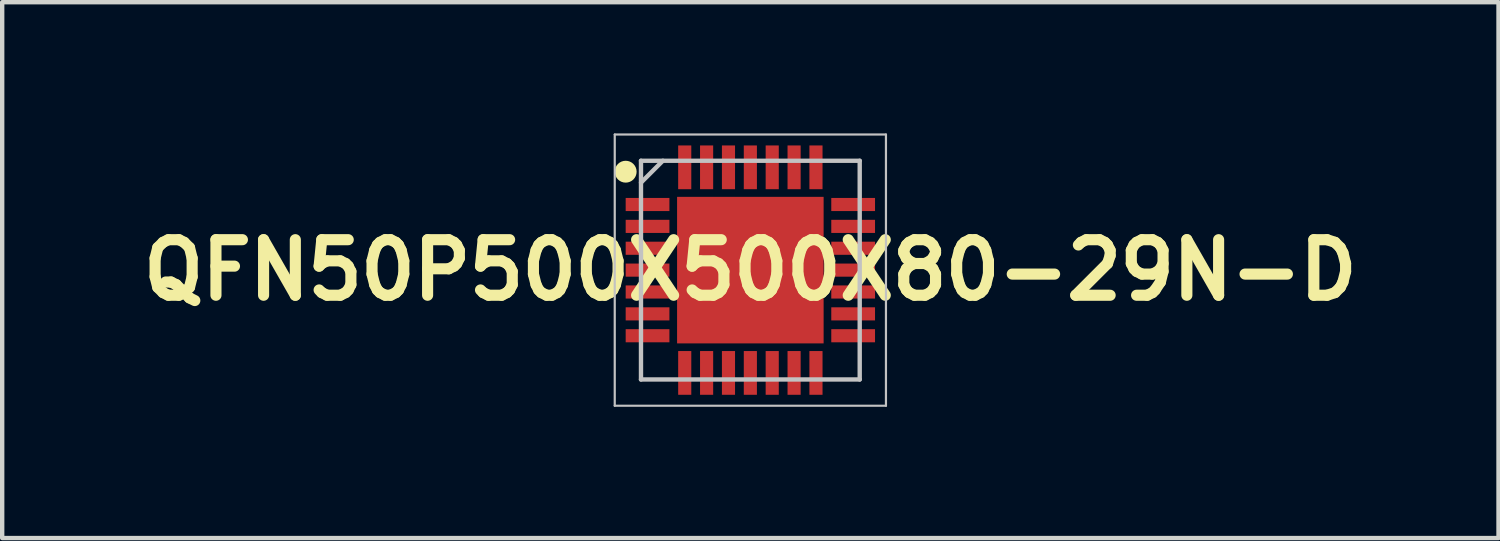
<source format=kicad_pcb>
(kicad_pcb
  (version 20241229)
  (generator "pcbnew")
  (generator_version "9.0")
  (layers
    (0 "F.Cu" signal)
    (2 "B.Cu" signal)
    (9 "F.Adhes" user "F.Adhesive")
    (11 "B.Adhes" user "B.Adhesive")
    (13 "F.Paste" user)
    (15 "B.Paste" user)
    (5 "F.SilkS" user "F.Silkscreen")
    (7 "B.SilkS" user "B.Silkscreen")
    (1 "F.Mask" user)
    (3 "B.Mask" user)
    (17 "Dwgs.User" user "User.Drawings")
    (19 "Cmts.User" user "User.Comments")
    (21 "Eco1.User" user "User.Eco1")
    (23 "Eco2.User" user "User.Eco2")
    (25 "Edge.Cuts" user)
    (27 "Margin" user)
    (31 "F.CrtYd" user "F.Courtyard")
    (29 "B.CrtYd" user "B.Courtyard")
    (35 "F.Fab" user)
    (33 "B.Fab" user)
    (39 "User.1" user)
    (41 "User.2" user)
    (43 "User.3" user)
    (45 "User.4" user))
  (footprint "QFN50P500X500X80-29N-D"
    (layer "F.Cu")
    (at 14.103 3.125)
    (property "Reference" "QFN50P500X500X80-29N-D" (at 0 0 0) (layer "F.SilkS") (effects (font (size 1.27 1.27) (thickness 0.254))))
    (attr smd)
    (fp_circle (center -2.85 -2.25) (end -2.85 -2.125) (stroke (width 0.25) (type solid)) (fill no) (layer "F.SilkS"))
    (fp_line (start -3.1 -3.1) (end 3.1 -3.1) (stroke (width 0.05) (type solid)) (layer "Dwgs.User"))
    (fp_line (start -3.1 3.1) (end -3.1 -3.1) (stroke (width 0.05) (type solid)) (layer "Dwgs.User"))
    (fp_line (start -2.5 -2.5) (end 2.5 -2.5) (stroke (width 0.1) (type solid)) (layer "Dwgs.User"))
    (fp_line (start -2.5 -2) (end -2 -2.5) (stroke (width 0.1) (type solid)) (layer "Dwgs.User"))
    (fp_line (start -2.5 2.5) (end -2.5 -2.5) (stroke (width 0.1) (type solid)) (layer "Dwgs.User"))
    (fp_line (start 2.5 -2.5) (end 2.5 2.5) (stroke (width 0.1) (type solid)) (layer "Dwgs.User"))
    (fp_line (start 2.5 2.5) (end -2.5 2.5) (stroke (width 0.1) (type solid)) (layer "Dwgs.User"))
    (fp_line (start 3.1 -3.1) (end 3.1 3.1) (stroke (width 0.05) (type solid)) (layer "Dwgs.User"))
    (fp_line (start 3.1 3.1) (end -3.1 3.1) (stroke (width 0.05) (type solid)) (layer "Dwgs.User"))
    (pad "1" smd rect (at -2.35 -1.5 90) (size 0.3 1) (layers "F.Cu" "F.Paste"))
    (pad "2" smd rect (at -2.35 -1 90) (size 0.3 1) (layers "F.Cu" "F.Paste"))
    (pad "3" smd rect (at -2.35 -0.5 90) (size 0.3 1) (layers "F.Cu" "F.Paste"))
    (pad "4" smd rect (at -2.35 0 90) (size 0.3 1) (layers "F.Cu" "F.Paste"))
    (pad "5" smd rect (at -2.35 0.5 90) (size 0.3 1) (layers "F.Cu" "F.Paste"))
    (pad "6" smd rect (at -2.35 1 90) (size 0.3 1) (layers "F.Cu" "F.Paste"))
    (pad "7" smd rect (at -2.35 1.5 90) (size 0.3 1) (layers "F.Cu" "F.Paste"))
    (pad "8" smd rect (at -1.5 2.35) (size 0.3 1) (layers "F.Cu" "F.Paste"))
    (pad "9" smd rect (at -1 2.35) (size 0.3 1) (layers "F.Cu" "F.Paste"))
    (pad "10" smd rect (at -0.5 2.35) (size 0.3 1) (layers "F.Cu" "F.Paste"))
    (pad "11" smd rect (at 0 2.35) (size 0.3 1) (layers "F.Cu" "F.Paste"))
    (pad "12" smd rect (at 0.5 2.35) (size 0.3 1) (layers "F.Cu" "F.Paste"))
    (pad "13" smd rect (at 1 2.35) (size 0.3 1) (layers "F.Cu" "F.Paste"))
    (pad "14" smd rect (at 1.5 2.35) (size 0.3 1) (layers "F.Cu" "F.Paste"))
    (pad "15" smd rect (at 2.35 1.5 90) (size 0.3 1) (layers "F.Cu" "F.Paste"))
    (pad "16" smd rect (at 2.35 1 90) (size 0.3 1) (layers "F.Cu" "F.Paste"))
    (pad "17" smd rect (at 2.35 0.5 90) (size 0.3 1) (layers "F.Cu" "F.Paste"))
    (pad "18" smd rect (at 2.35 0 90) (size 0.3 1) (layers "F.Cu" "F.Paste"))
    (pad "19" smd rect (at 2.35 -0.5 90) (size 0.3 1) (layers "F.Cu" "F.Paste"))
    (pad "20" smd rect (at 2.35 -1 90) (size 0.3 1) (layers "F.Cu" "F.Paste"))
    (pad "21" smd rect (at 2.35 -1.5 90) (size 0.3 1) (layers "F.Cu" "F.Paste"))
    (pad "22" smd rect (at 1.5 -2.35) (size 0.3 1) (layers "F.Cu" "F.Paste"))
    (pad "23" smd rect (at 1 -2.35) (size 0.3 1) (layers "F.Cu" "F.Paste"))
    (pad "24" smd rect (at 0.5 -2.35) (size 0.3 1) (layers "F.Cu" "F.Paste"))
    (pad "25" smd rect (at 0 -2.35) (size 0.3 1) (layers "F.Cu" "F.Paste"))
    (pad "26" smd rect (at -0.5 -2.35) (size 0.3 1) (layers "F.Cu" "F.Paste"))
    (pad "27" smd rect (at -1 -2.35) (size 0.3 1) (layers "F.Cu" "F.Paste"))
    (pad "28" smd rect (at -1.5 -2.35) (size 0.3 1) (layers "F.Cu" "F.Paste"))
    (pad "29" smd rect (at 0 0) (size 3.35 3.35) (layers "F.Cu" "F.Paste")))
  (gr_rect
    (start -3 -3)
    (end 31.206 9.25)
    (stroke (width 0.1) (type default))
    (fill no)
    (layer "Edge.Cuts")))
</source>
